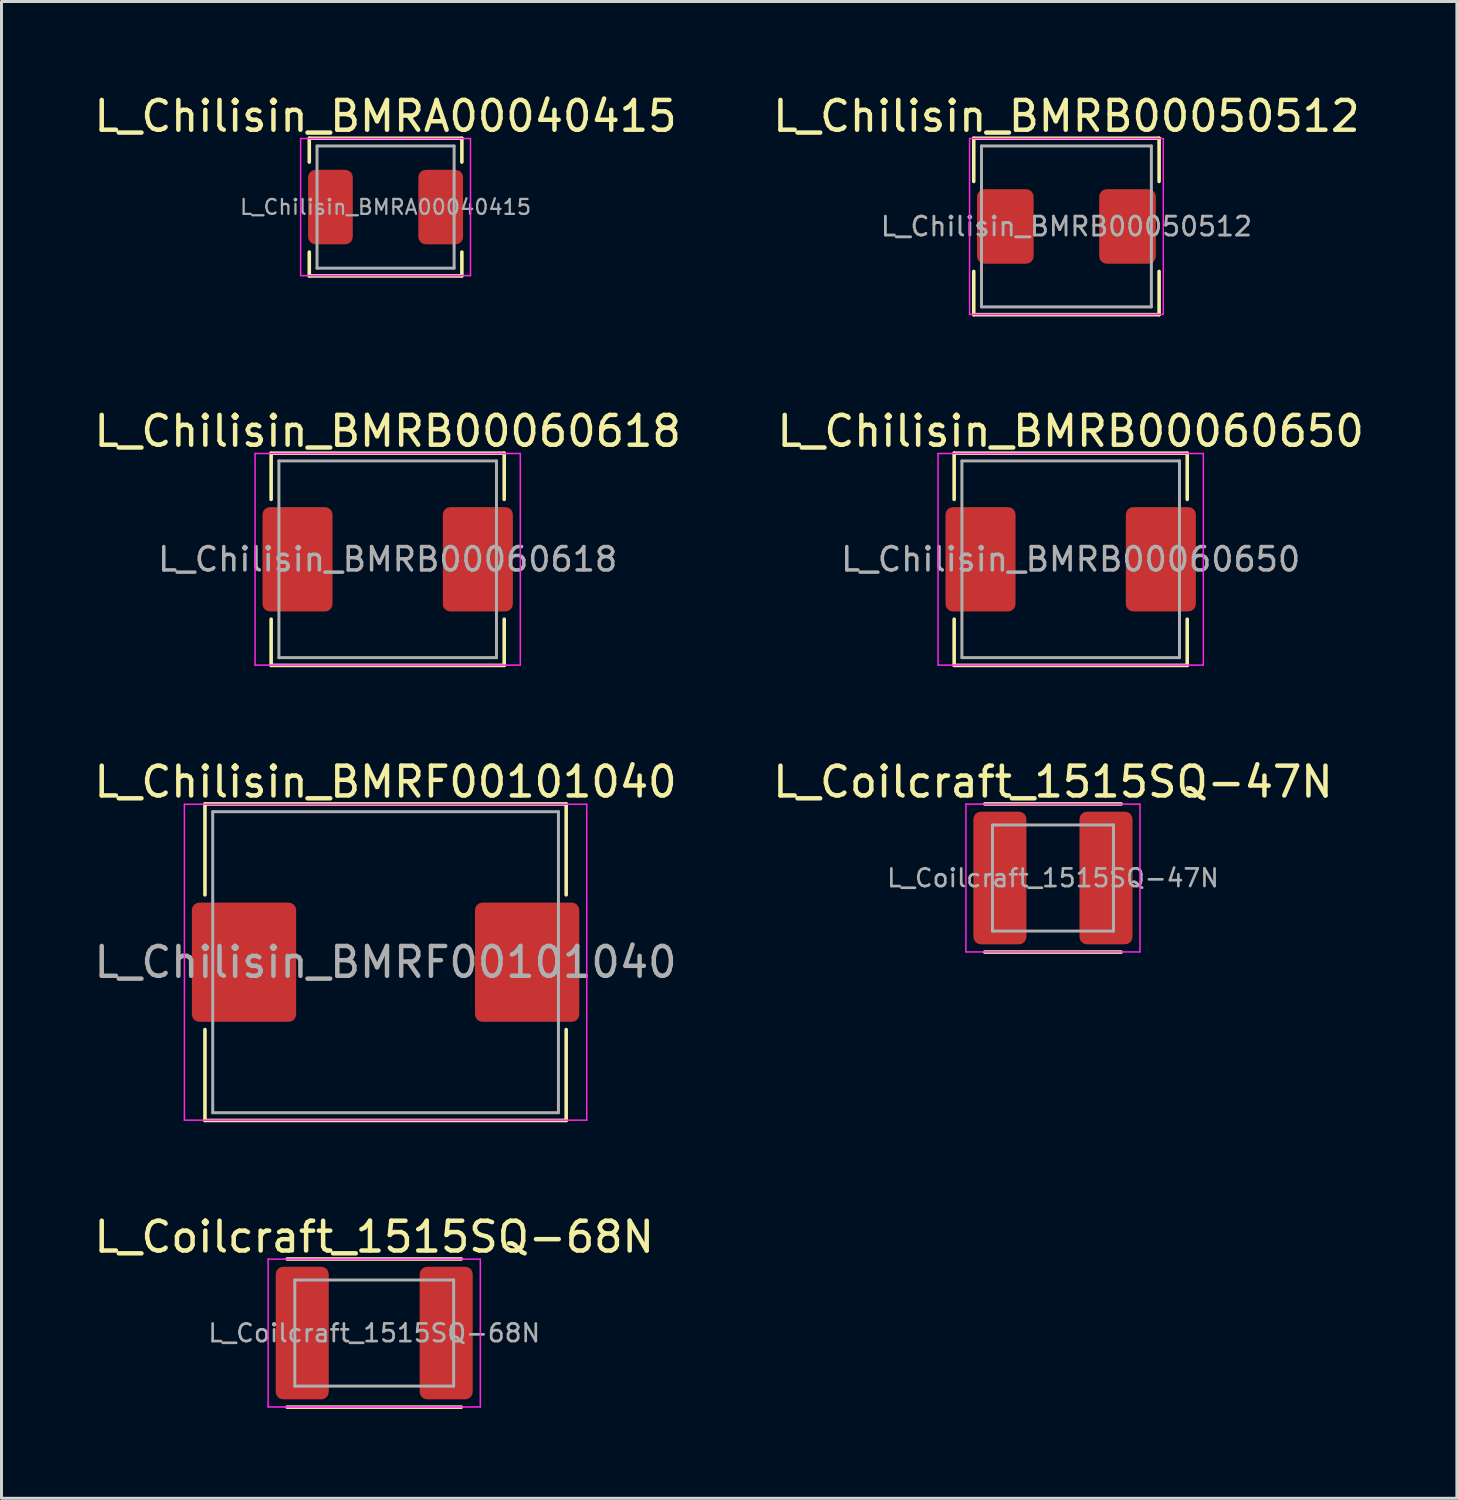
<source format=kicad_pcb>
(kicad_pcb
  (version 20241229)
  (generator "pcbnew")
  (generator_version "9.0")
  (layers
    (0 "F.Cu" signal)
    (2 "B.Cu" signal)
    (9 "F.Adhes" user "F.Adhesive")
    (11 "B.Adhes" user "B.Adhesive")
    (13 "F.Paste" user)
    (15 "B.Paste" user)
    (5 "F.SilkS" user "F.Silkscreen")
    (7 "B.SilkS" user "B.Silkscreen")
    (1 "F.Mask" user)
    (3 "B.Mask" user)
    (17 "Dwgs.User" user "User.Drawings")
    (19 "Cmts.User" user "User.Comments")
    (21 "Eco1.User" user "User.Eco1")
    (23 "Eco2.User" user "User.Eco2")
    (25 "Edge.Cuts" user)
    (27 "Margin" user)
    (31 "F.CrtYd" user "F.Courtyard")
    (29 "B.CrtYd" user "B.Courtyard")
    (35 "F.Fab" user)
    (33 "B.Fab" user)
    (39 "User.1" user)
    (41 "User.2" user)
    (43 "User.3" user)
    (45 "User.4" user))
  (footprint "L_Coilcraft_1515SQ-47N"
    (layer "F.Cu")
    (at 32.28 26.41)
    (property "Reference" "L_Coilcraft_1515SQ-47N" (at 0 -3.225 0) (layer "F.SilkS") (effects (font (size 1 1) (thickness 0.15))))
    (attr smd)
    (fp_line (start -2.29 -2.485) (end 2.29 -2.485) (stroke (width 0.12) (type solid)) (layer "F.SilkS"))
    (fp_line (start -2.29 2.485) (end 2.29 2.485) (stroke (width 0.12) (type solid)) (layer "F.SilkS"))
    (fp_line (start -2.92 -2.48) (end -2.92 2.48) (stroke (width 0.05) (type solid)) (layer "F.CrtYd"))
    (fp_line (start -2.92 2.48) (end 2.92 2.48) (stroke (width 0.05) (type solid)) (layer "F.CrtYd"))
    (fp_line (start 2.92 -2.48) (end -2.92 -2.48) (stroke (width 0.05) (type solid)) (layer "F.CrtYd"))
    (fp_line (start 2.92 2.48) (end 2.92 -2.48) (stroke (width 0.05) (type solid)) (layer "F.CrtYd"))
    (fp_line (start -2.03 -1.78) (end -2.03 1.78) (stroke (width 0.1) (type solid)) (layer "F.Fab"))
    (fp_line (start -2.03 1.78) (end 2.03 1.78) (stroke (width 0.1) (type solid)) (layer "F.Fab"))
    (fp_line (start 2.03 -1.78) (end -2.03 -1.78) (stroke (width 0.1) (type solid)) (layer "F.Fab"))
    (fp_line (start 2.03 1.78) (end 2.03 -1.78) (stroke (width 0.1) (type solid)) (layer "F.Fab"))
    (fp_text user "${REFERENCE}" (at 0 0 0) (layer "F.Fab") (effects (font (size 0.593 0.593) (thickness 0.089))))
    (pad "1" smd roundrect (at -1.78 0) (size 1.78 4.45) (layers "F.Cu" "F.Mask" "F.Paste") (roundrect_rratio 0.14))
    (pad "2" smd roundrect (at 1.78 0) (size 1.78 4.45) (layers "F.Cu" "F.Mask" "F.Paste") (roundrect_rratio 0.14)))
  (footprint "L_Chilisin_BMRA00040415"
    (layer "F.Cu")
    (at 9.887 3.898)
    (property "Reference" "L_Chilisin_BMRA00040415" (at 0 -3.05 0) (layer "F.SilkS") (effects (font (size 1 1) (thickness 0.15))))
    (attr smd)
    (fp_line (start -2.56 -2.31) (end -2.56 -1.51) (stroke (width 0.12) (type solid)) (layer "F.SilkS"))
    (fp_line (start -2.56 -2.31) (end 2.56 -2.31) (stroke (width 0.12) (type solid)) (layer "F.SilkS"))
    (fp_line (start -2.56 2.31) (end -2.56 1.51) (stroke (width 0.12) (type solid)) (layer "F.SilkS"))
    (fp_line (start -2.56 2.31) (end 2.56 2.31) (stroke (width 0.12) (type solid)) (layer "F.SilkS"))
    (fp_line (start 2.56 -2.31) (end 2.56 -1.51) (stroke (width 0.12) (type solid)) (layer "F.SilkS"))
    (fp_line (start 2.56 2.31) (end 2.56 1.51) (stroke (width 0.12) (type solid)) (layer "F.SilkS"))
    (fp_line (start -2.85 -2.3) (end -2.85 2.3) (stroke (width 0.05) (type solid)) (layer "F.CrtYd"))
    (fp_line (start -2.85 2.3) (end 2.85 2.3) (stroke (width 0.05) (type solid)) (layer "F.CrtYd"))
    (fp_line (start 2.85 -2.3) (end -2.85 -2.3) (stroke (width 0.05) (type solid)) (layer "F.CrtYd"))
    (fp_line (start 2.85 2.3) (end 2.85 -2.3) (stroke (width 0.05) (type solid)) (layer "F.CrtYd"))
    (fp_line (start -2.3 -2.05) (end -2.3 2.05) (stroke (width 0.1) (type solid)) (layer "F.Fab"))
    (fp_line (start -2.3 2.05) (end 2.3 2.05) (stroke (width 0.1) (type solid)) (layer "F.Fab"))
    (fp_line (start 2.3 -2.05) (end -2.3 -2.05) (stroke (width 0.1) (type solid)) (layer "F.Fab"))
    (fp_line (start 2.3 2.05) (end 2.3 -2.05) (stroke (width 0.1) (type solid)) (layer "F.Fab"))
    (fp_text user "${REFERENCE}" (at 0 0 0) (layer "F.Fab") (effects (font (size 0.5 0.5) (thickness 0.075))))
    (pad "1" smd roundrect (at -1.85 0) (size 1.5 2.5) (layers "F.Cu" "F.Mask" "F.Paste") (roundrect_rratio 0.167))
    (pad "2" smd roundrect (at 1.85 0) (size 1.5 2.5) (layers "F.Cu" "F.Mask" "F.Paste") (roundrect_rratio 0.167)))
  (footprint "L_Chilisin_BMRB00060650"
    (layer "F.Cu")
    (at 32.875 15.716)
    (property "Reference" "L_Chilisin_BMRB00060650" (at 0 -4.3 0) (layer "F.SilkS") (effects (font (size 1 1) (thickness 0.15))))
    (attr smd)
    (fp_line (start -3.91 -3.56) (end -3.91 -2.01) (stroke (width 0.12) (type solid)) (layer "F.SilkS"))
    (fp_line (start -3.91 -3.56) (end 3.91 -3.56) (stroke (width 0.12) (type solid)) (layer "F.SilkS"))
    (fp_line (start -3.91 3.56) (end -3.91 2.01) (stroke (width 0.12) (type solid)) (layer "F.SilkS"))
    (fp_line (start -3.91 3.56) (end 3.91 3.56) (stroke (width 0.12) (type solid)) (layer "F.SilkS"))
    (fp_line (start 3.91 -3.56) (end 3.91 -2.01) (stroke (width 0.12) (type solid)) (layer "F.SilkS"))
    (fp_line (start 3.91 3.56) (end 3.91 2.01) (stroke (width 0.12) (type solid)) (layer "F.SilkS"))
    (fp_line (start -4.45 -3.55) (end -4.45 3.55) (stroke (width 0.05) (type solid)) (layer "F.CrtYd"))
    (fp_line (start -4.45 3.55) (end 4.45 3.55) (stroke (width 0.05) (type solid)) (layer "F.CrtYd"))
    (fp_line (start 4.45 -3.55) (end -4.45 -3.55) (stroke (width 0.05) (type solid)) (layer "F.CrtYd"))
    (fp_line (start 4.45 3.55) (end 4.45 -3.55) (stroke (width 0.05) (type solid)) (layer "F.CrtYd"))
    (fp_line (start -3.65 -3.3) (end -3.65 3.3) (stroke (width 0.1) (type solid)) (layer "F.Fab"))
    (fp_line (start -3.65 3.3) (end 3.65 3.3) (stroke (width 0.1) (type solid)) (layer "F.Fab"))
    (fp_line (start 3.65 -3.3) (end -3.65 -3.3) (stroke (width 0.1) (type solid)) (layer "F.Fab"))
    (fp_line (start 3.65 3.3) (end 3.65 -3.3) (stroke (width 0.1) (type solid)) (layer "F.Fab"))
    (fp_text user "${REFERENCE}" (at 0 0 0) (layer "F.Fab") (effects (font (size 0.783 0.783) (thickness 0.117))))
    (pad "1" smd roundrect (at -3.025 0) (size 2.35 3.5) (layers "F.Cu" "F.Mask" "F.Paste") (roundrect_rratio 0.106))
    (pad "2" smd roundrect (at 3.025 0) (size 2.35 3.5) (layers "F.Cu" "F.Mask" "F.Paste") (roundrect_rratio 0.106)))
  (footprint "L_Coilcraft_1515SQ-68N"
    (layer "F.Cu")
    (at 9.506 41.678)
    (property "Reference" "L_Coilcraft_1515SQ-68N" (at 0 -3.225 0) (layer "F.SilkS") (effects (font (size 1 1) (thickness 0.15))))
    (attr smd)
    (fp_line (start -2.925 -2.485) (end 2.925 -2.485) (stroke (width 0.12) (type solid)) (layer "F.SilkS"))
    (fp_line (start -2.925 2.485) (end 2.925 2.485) (stroke (width 0.12) (type solid)) (layer "F.SilkS"))
    (fp_line (start -3.56 -2.48) (end -3.56 2.48) (stroke (width 0.05) (type solid)) (layer "F.CrtYd"))
    (fp_line (start -3.56 2.48) (end 3.56 2.48) (stroke (width 0.05) (type solid)) (layer "F.CrtYd"))
    (fp_line (start 3.56 -2.48) (end -3.56 -2.48) (stroke (width 0.05) (type solid)) (layer "F.CrtYd"))
    (fp_line (start 3.56 2.48) (end 3.56 -2.48) (stroke (width 0.05) (type solid)) (layer "F.CrtYd"))
    (fp_line (start -2.665 -1.78) (end -2.665 1.78) (stroke (width 0.1) (type solid)) (layer "F.Fab"))
    (fp_line (start -2.665 1.78) (end 2.665 1.78) (stroke (width 0.1) (type solid)) (layer "F.Fab"))
    (fp_line (start 2.665 -1.78) (end -2.665 -1.78) (stroke (width 0.1) (type solid)) (layer "F.Fab"))
    (fp_line (start 2.665 1.78) (end 2.665 -1.78) (stroke (width 0.1) (type solid)) (layer "F.Fab"))
    (fp_text user "${REFERENCE}" (at 0 0 0) (layer "F.Fab") (effects (font (size 0.593 0.593) (thickness 0.089))))
    (pad "1" smd roundrect (at -2.415 0) (size 1.78 4.45) (layers "F.Cu" "F.Mask" "F.Paste") (roundrect_rratio 0.14))
    (pad "2" smd roundrect (at 2.415 0) (size 1.78 4.45) (layers "F.Cu" "F.Mask" "F.Paste") (roundrect_rratio 0.14)))
  (footprint "L_Chilisin_BMRF00101040"
    (layer "F.Cu")
    (at 9.887 29.235)
    (property "Reference" "L_Chilisin_BMRF00101040" (at 0 -6.05 0) (layer "F.SilkS") (effects (font (size 1 1) (thickness 0.15))))
    (attr smd)
    (fp_line (start -6.06 -5.31) (end -6.06 -2.26) (stroke (width 0.12) (type solid)) (layer "F.SilkS"))
    (fp_line (start -6.06 -5.31) (end 6.06 -5.31) (stroke (width 0.12) (type solid)) (layer "F.SilkS"))
    (fp_line (start -6.06 5.31) (end -6.06 2.26) (stroke (width 0.12) (type solid)) (layer "F.SilkS"))
    (fp_line (start -6.06 5.31) (end 6.06 5.31) (stroke (width 0.12) (type solid)) (layer "F.SilkS"))
    (fp_line (start 6.06 -5.31) (end 6.06 -2.26) (stroke (width 0.12) (type solid)) (layer "F.SilkS"))
    (fp_line (start 6.06 5.31) (end 6.06 2.26) (stroke (width 0.12) (type solid)) (layer "F.SilkS"))
    (fp_line (start -6.75 -5.3) (end -6.75 5.3) (stroke (width 0.05) (type solid)) (layer "F.CrtYd"))
    (fp_line (start -6.75 5.3) (end 6.75 5.3) (stroke (width 0.05) (type solid)) (layer "F.CrtYd"))
    (fp_line (start 6.75 -5.3) (end -6.75 -5.3) (stroke (width 0.05) (type solid)) (layer "F.CrtYd"))
    (fp_line (start 6.75 5.3) (end 6.75 -5.3) (stroke (width 0.05) (type solid)) (layer "F.CrtYd"))
    (fp_line (start -5.8 -5.05) (end -5.8 5.05) (stroke (width 0.1) (type solid)) (layer "F.Fab"))
    (fp_line (start -5.8 5.05) (end 5.8 5.05) (stroke (width 0.1) (type solid)) (layer "F.Fab"))
    (fp_line (start 5.8 -5.05) (end -5.8 -5.05) (stroke (width 0.1) (type solid)) (layer "F.Fab"))
    (fp_line (start 5.8 5.05) (end 5.8 -5.05) (stroke (width 0.1) (type solid)) (layer "F.Fab"))
    (fp_text user "${REFERENCE}" (at 0 0 0) (layer "F.Fab") (effects (font (size 1 1) (thickness 0.15))))
    (pad "1" smd roundrect (at -4.75 0) (size 3.5 4) (layers "F.Cu" "F.Mask" "F.Paste") (roundrect_rratio 0.071))
    (pad "2" smd roundrect (at 4.75 0) (size 3.5 4) (layers "F.Cu" "F.Mask" "F.Paste") (roundrect_rratio 0.071)))
  (footprint "L_Chilisin_BMRB00050512"
    (layer "F.Cu")
    (at 32.732 4.548)
    (property "Reference" "L_Chilisin_BMRB00050512" (at 0 -3.7 0) (layer "F.SilkS") (effects (font (size 1 1) (thickness 0.15))))
    (attr smd)
    (fp_line (start -3.11 -2.96) (end -3.11 -1.51) (stroke (width 0.12) (type solid)) (layer "F.SilkS"))
    (fp_line (start -3.11 -2.96) (end 3.11 -2.96) (stroke (width 0.12) (type solid)) (layer "F.SilkS"))
    (fp_line (start -3.11 2.96) (end -3.11 1.51) (stroke (width 0.12) (type solid)) (layer "F.SilkS"))
    (fp_line (start -3.11 2.96) (end 3.11 2.96) (stroke (width 0.12) (type solid)) (layer "F.SilkS"))
    (fp_line (start 3.11 -2.96) (end 3.11 -1.51) (stroke (width 0.12) (type solid)) (layer "F.SilkS"))
    (fp_line (start 3.11 2.96) (end 3.11 1.51) (stroke (width 0.12) (type solid)) (layer "F.SilkS"))
    (fp_line (start -3.25 -2.95) (end -3.25 2.95) (stroke (width 0.05) (type solid)) (layer "F.CrtYd"))
    (fp_line (start -3.25 2.95) (end 3.25 2.95) (stroke (width 0.05) (type solid)) (layer "F.CrtYd"))
    (fp_line (start 3.25 -2.95) (end -3.25 -2.95) (stroke (width 0.05) (type solid)) (layer "F.CrtYd"))
    (fp_line (start 3.25 2.95) (end 3.25 -2.95) (stroke (width 0.05) (type solid)) (layer "F.CrtYd"))
    (fp_line (start -2.85 -2.7) (end -2.85 2.7) (stroke (width 0.1) (type solid)) (layer "F.Fab"))
    (fp_line (start -2.85 2.7) (end 2.85 2.7) (stroke (width 0.1) (type solid)) (layer "F.Fab"))
    (fp_line (start 2.85 -2.7) (end -2.85 -2.7) (stroke (width 0.1) (type solid)) (layer "F.Fab"))
    (fp_line (start 2.85 2.7) (end 2.85 -2.7) (stroke (width 0.1) (type solid)) (layer "F.Fab"))
    (fp_text user "${REFERENCE}" (at 0 0 0) (layer "F.Fab") (effects (font (size 0.633 0.633) (thickness 0.095))))
    (pad "1" smd roundrect (at -2.05 0) (size 1.9 2.5) (layers "F.Cu" "F.Mask" "F.Paste") (roundrect_rratio 0.132))
    (pad "2" smd roundrect (at 2.05 0) (size 1.9 2.5) (layers "F.Cu" "F.Mask" "F.Paste") (roundrect_rratio 0.132)))
  (footprint "L_Chilisin_BMRB00060618"
    (layer "F.Cu")
    (at 9.958 15.716)
    (property "Reference" "L_Chilisin_BMRB00060618" (at 0 -4.3 0) (layer "F.SilkS") (effects (font (size 1 1) (thickness 0.15))))
    (attr smd)
    (fp_line (start -3.91 -3.56) (end -3.91 -2.01) (stroke (width 0.12) (type solid)) (layer "F.SilkS"))
    (fp_line (start -3.91 -3.56) (end 3.91 -3.56) (stroke (width 0.12) (type solid)) (layer "F.SilkS"))
    (fp_line (start -3.91 3.56) (end -3.91 2.01) (stroke (width 0.12) (type solid)) (layer "F.SilkS"))
    (fp_line (start -3.91 3.56) (end 3.91 3.56) (stroke (width 0.12) (type solid)) (layer "F.SilkS"))
    (fp_line (start 3.91 -3.56) (end 3.91 -2.01) (stroke (width 0.12) (type solid)) (layer "F.SilkS"))
    (fp_line (start 3.91 3.56) (end 3.91 2.01) (stroke (width 0.12) (type solid)) (layer "F.SilkS"))
    (fp_line (start -4.45 -3.55) (end -4.45 3.55) (stroke (width 0.05) (type solid)) (layer "F.CrtYd"))
    (fp_line (start -4.45 3.55) (end 4.45 3.55) (stroke (width 0.05) (type solid)) (layer "F.CrtYd"))
    (fp_line (start 4.45 -3.55) (end -4.45 -3.55) (stroke (width 0.05) (type solid)) (layer "F.CrtYd"))
    (fp_line (start 4.45 3.55) (end 4.45 -3.55) (stroke (width 0.05) (type solid)) (layer "F.CrtYd"))
    (fp_line (start -3.65 -3.3) (end -3.65 3.3) (stroke (width 0.1) (type solid)) (layer "F.Fab"))
    (fp_line (start -3.65 3.3) (end 3.65 3.3) (stroke (width 0.1) (type solid)) (layer "F.Fab"))
    (fp_line (start 3.65 -3.3) (end -3.65 -3.3) (stroke (width 0.1) (type solid)) (layer "F.Fab"))
    (fp_line (start 3.65 3.3) (end 3.65 -3.3) (stroke (width 0.1) (type solid)) (layer "F.Fab"))
    (fp_text user "${REFERENCE}" (at 0 0 0) (layer "F.Fab") (effects (font (size 0.783 0.783) (thickness 0.117))))
    (pad "1" smd roundrect (at -3.025 0) (size 2.35 3.5) (layers "F.Cu" "F.Mask" "F.Paste") (roundrect_rratio 0.106))
    (pad "2" smd roundrect (at 3.025 0) (size 2.35 3.5) (layers "F.Cu" "F.Mask" "F.Paste") (roundrect_rratio 0.106)))
  (gr_rect
    (start -3 -3)
    (end 45.833 47.223)
    (stroke (width 0.1) (type default))
    (fill no)
    (layer "Edge.Cuts")))
</source>
